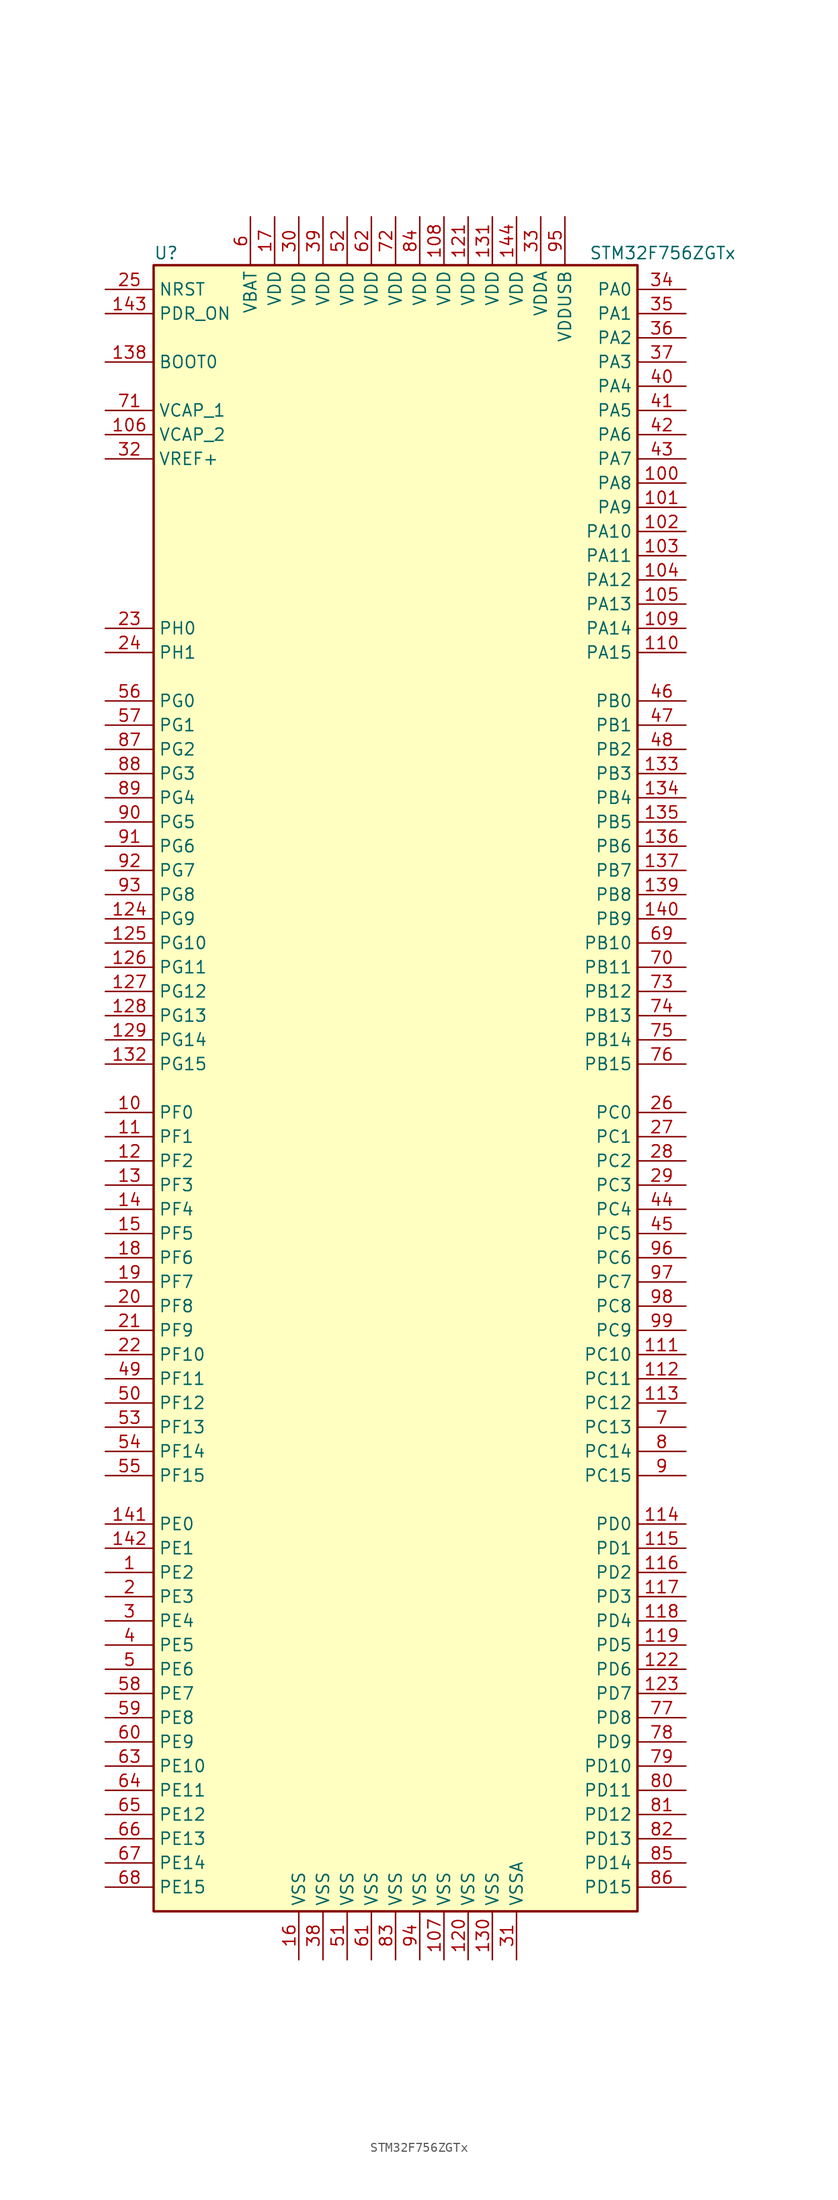
<source format=kicad_sym>
(kicad_symbol_lib
  (version 20201005)
  (generator kicad_symbol_editor)
  (symbol "STM32F756ZGTx"
    (property "Reference" "U"
      (at -25.4 87.63 0)
      (effects (font (size 1.27 1.27)) (justify left)))
    (property "Value" "STM32F756ZGTx"
      (at 20.32 87.63 0)
      (effects (font (size 1.27 1.27)) (justify left)))
    (symbol "STM32F756ZGTx_0_1"
      (rectangle (start -25.4 -86.36) (end 25.4 86.36) (stroke (width 0.254)) (fill (type background))))
    (symbol "STM32F756ZGTx_1_1"
      (pin bidirectional line (at -30.48 -50.8 0) (length 5.08) (name "PE2" (effects (font (size 1.27 1.27)))) (number "1" (effects (font (size 1.27 1.27)))))
      (pin bidirectional line (at -30.48 -2.54 0) (length 5.08) (name "PF0" (effects (font (size 1.27 1.27)))) (number "10" (effects (font (size 1.27 1.27)))))
      (pin bidirectional line (at 30.48 63.5 180) (length 5.08) (name "PA8" (effects (font (size 1.27 1.27)))) (number "100" (effects (font (size 1.27 1.27)))))
      (pin bidirectional line (at 30.48 60.96 180) (length 5.08) (name "PA9" (effects (font (size 1.27 1.27)))) (number "101" (effects (font (size 1.27 1.27)))))
      (pin bidirectional line (at 30.48 58.42 180) (length 5.08) (name "PA10" (effects (font (size 1.27 1.27)))) (number "102" (effects (font (size 1.27 1.27)))))
      (pin bidirectional line (at 30.48 55.88 180) (length 5.08) (name "PA11" (effects (font (size 1.27 1.27)))) (number "103" (effects (font (size 1.27 1.27)))))
      (pin bidirectional line (at 30.48 53.34 180) (length 5.08) (name "PA12" (effects (font (size 1.27 1.27)))) (number "104" (effects (font (size 1.27 1.27)))))
      (pin bidirectional line (at 30.48 50.8 180) (length 5.08) (name "PA13" (effects (font (size 1.27 1.27)))) (number "105" (effects (font (size 1.27 1.27)))))
      (pin power_in line (at -30.48 68.58 0) (length 5.08) (name "VCAP_2" (effects (font (size 1.27 1.27)))) (number "106" (effects (font (size 1.27 1.27)))))
      (pin power_in line (at 5.08 -91.44 90) (length 5.08) (name "VSS" (effects (font (size 1.27 1.27)))) (number "107" (effects (font (size 1.27 1.27)))))
      (pin power_in line (at 5.08 91.44 270) (length 5.08) (name "VDD" (effects (font (size 1.27 1.27)))) (number "108" (effects (font (size 1.27 1.27)))))
      (pin bidirectional line (at 30.48 48.26 180) (length 5.08) (name "PA14" (effects (font (size 1.27 1.27)))) (number "109" (effects (font (size 1.27 1.27)))))
      (pin bidirectional line (at -30.48 -5.08 0) (length 5.08) (name "PF1" (effects (font (size 1.27 1.27)))) (number "11" (effects (font (size 1.27 1.27)))))
      (pin bidirectional line (at 30.48 45.72 180) (length 5.08) (name "PA15" (effects (font (size 1.27 1.27)))) (number "110" (effects (font (size 1.27 1.27)))))
      (pin bidirectional line (at 30.48 -27.94 180) (length 5.08) (name "PC10" (effects (font (size 1.27 1.27)))) (number "111" (effects (font (size 1.27 1.27)))))
      (pin bidirectional line (at 30.48 -30.48 180) (length 5.08) (name "PC11" (effects (font (size 1.27 1.27)))) (number "112" (effects (font (size 1.27 1.27)))))
      (pin bidirectional line (at 30.48 -33.02 180) (length 5.08) (name "PC12" (effects (font (size 1.27 1.27)))) (number "113" (effects (font (size 1.27 1.27)))))
      (pin bidirectional line (at 30.48 -45.72 180) (length 5.08) (name "PD0" (effects (font (size 1.27 1.27)))) (number "114" (effects (font (size 1.27 1.27)))))
      (pin bidirectional line (at 30.48 -48.26 180) (length 5.08) (name "PD1" (effects (font (size 1.27 1.27)))) (number "115" (effects (font (size 1.27 1.27)))))
      (pin bidirectional line (at 30.48 -50.8 180) (length 5.08) (name "PD2" (effects (font (size 1.27 1.27)))) (number "116" (effects (font (size 1.27 1.27)))))
      (pin bidirectional line (at 30.48 -53.34 180) (length 5.08) (name "PD3" (effects (font (size 1.27 1.27)))) (number "117" (effects (font (size 1.27 1.27)))))
      (pin bidirectional line (at 30.48 -55.88 180) (length 5.08) (name "PD4" (effects (font (size 1.27 1.27)))) (number "118" (effects (font (size 1.27 1.27)))))
      (pin bidirectional line (at 30.48 -58.42 180) (length 5.08) (name "PD5" (effects (font (size 1.27 1.27)))) (number "119" (effects (font (size 1.27 1.27)))))
      (pin bidirectional line (at -30.48 -7.62 0) (length 5.08) (name "PF2" (effects (font (size 1.27 1.27)))) (number "12" (effects (font (size 1.27 1.27)))))
      (pin power_in line (at 7.62 -91.44 90) (length 5.08) (name "VSS" (effects (font (size 1.27 1.27)))) (number "120" (effects (font (size 1.27 1.27)))))
      (pin power_in line (at 7.62 91.44 270) (length 5.08) (name "VDD" (effects (font (size 1.27 1.27)))) (number "121" (effects (font (size 1.27 1.27)))))
      (pin bidirectional line (at 30.48 -60.96 180) (length 5.08) (name "PD6" (effects (font (size 1.27 1.27)))) (number "122" (effects (font (size 1.27 1.27)))))
      (pin bidirectional line (at 30.48 -63.5 180) (length 5.08) (name "PD7" (effects (font (size 1.27 1.27)))) (number "123" (effects (font (size 1.27 1.27)))))
      (pin bidirectional line (at -30.48 17.78 0) (length 5.08) (name "PG9" (effects (font (size 1.27 1.27)))) (number "124" (effects (font (size 1.27 1.27)))))
      (pin bidirectional line (at -30.48 15.24 0) (length 5.08) (name "PG10" (effects (font (size 1.27 1.27)))) (number "125" (effects (font (size 1.27 1.27)))))
      (pin bidirectional line (at -30.48 12.7 0) (length 5.08) (name "PG11" (effects (font (size 1.27 1.27)))) (number "126" (effects (font (size 1.27 1.27)))))
      (pin bidirectional line (at -30.48 10.16 0) (length 5.08) (name "PG12" (effects (font (size 1.27 1.27)))) (number "127" (effects (font (size 1.27 1.27)))))
      (pin bidirectional line (at -30.48 7.62 0) (length 5.08) (name "PG13" (effects (font (size 1.27 1.27)))) (number "128" (effects (font (size 1.27 1.27)))))
      (pin bidirectional line (at -30.48 5.08 0) (length 5.08) (name "PG14" (effects (font (size 1.27 1.27)))) (number "129" (effects (font (size 1.27 1.27)))))
      (pin bidirectional line (at -30.48 -10.16 0) (length 5.08) (name "PF3" (effects (font (size 1.27 1.27)))) (number "13" (effects (font (size 1.27 1.27)))))
      (pin power_in line (at 10.16 -91.44 90) (length 5.08) (name "VSS" (effects (font (size 1.27 1.27)))) (number "130" (effects (font (size 1.27 1.27)))))
      (pin power_in line (at 10.16 91.44 270) (length 5.08) (name "VDD" (effects (font (size 1.27 1.27)))) (number "131" (effects (font (size 1.27 1.27)))))
      (pin bidirectional line (at -30.48 2.54 0) (length 5.08) (name "PG15" (effects (font (size 1.27 1.27)))) (number "132" (effects (font (size 1.27 1.27)))))
      (pin bidirectional line (at 30.48 33.02 180) (length 5.08) (name "PB3" (effects (font (size 1.27 1.27)))) (number "133" (effects (font (size 1.27 1.27)))))
      (pin bidirectional line (at 30.48 30.48 180) (length 5.08) (name "PB4" (effects (font (size 1.27 1.27)))) (number "134" (effects (font (size 1.27 1.27)))))
      (pin bidirectional line (at 30.48 27.94 180) (length 5.08) (name "PB5" (effects (font (size 1.27 1.27)))) (number "135" (effects (font (size 1.27 1.27)))))
      (pin bidirectional line (at 30.48 25.4 180) (length 5.08) (name "PB6" (effects (font (size 1.27 1.27)))) (number "136" (effects (font (size 1.27 1.27)))))
      (pin bidirectional line (at 30.48 22.86 180) (length 5.08) (name "PB7" (effects (font (size 1.27 1.27)))) (number "137" (effects (font (size 1.27 1.27)))))
      (pin input line (at -30.48 76.2 0) (length 5.08) (name "BOOT0" (effects (font (size 1.27 1.27)))) (number "138" (effects (font (size 1.27 1.27)))))
      (pin bidirectional line (at 30.48 20.32 180) (length 5.08) (name "PB8" (effects (font (size 1.27 1.27)))) (number "139" (effects (font (size 1.27 1.27)))))
      (pin bidirectional line (at -30.48 -12.7 0) (length 5.08) (name "PF4" (effects (font (size 1.27 1.27)))) (number "14" (effects (font (size 1.27 1.27)))))
      (pin bidirectional line (at 30.48 17.78 180) (length 5.08) (name "PB9" (effects (font (size 1.27 1.27)))) (number "140" (effects (font (size 1.27 1.27)))))
      (pin bidirectional line (at -30.48 -45.72 0) (length 5.08) (name "PE0" (effects (font (size 1.27 1.27)))) (number "141" (effects (font (size 1.27 1.27)))))
      (pin bidirectional line (at -30.48 -48.26 0) (length 5.08) (name "PE1" (effects (font (size 1.27 1.27)))) (number "142" (effects (font (size 1.27 1.27)))))
      (pin input line (at -30.48 81.28 0) (length 5.08) (name "PDR_ON" (effects (font (size 1.27 1.27)))) (number "143" (effects (font (size 1.27 1.27)))))
      (pin power_in line (at 12.7 91.44 270) (length 5.08) (name "VDD" (effects (font (size 1.27 1.27)))) (number "144" (effects (font (size 1.27 1.27)))))
      (pin bidirectional line (at -30.48 -15.24 0) (length 5.08) (name "PF5" (effects (font (size 1.27 1.27)))) (number "15" (effects (font (size 1.27 1.27)))))
      (pin power_in line (at -10.16 -91.44 90) (length 5.08) (name "VSS" (effects (font (size 1.27 1.27)))) (number "16" (effects (font (size 1.27 1.27)))))
      (pin power_in line (at -12.7 91.44 270) (length 5.08) (name "VDD" (effects (font (size 1.27 1.27)))) (number "17" (effects (font (size 1.27 1.27)))))
      (pin bidirectional line (at -30.48 -17.78 0) (length 5.08) (name "PF6" (effects (font (size 1.27 1.27)))) (number "18" (effects (font (size 1.27 1.27)))))
      (pin bidirectional line (at -30.48 -20.32 0) (length 5.08) (name "PF7" (effects (font (size 1.27 1.27)))) (number "19" (effects (font (size 1.27 1.27)))))
      (pin bidirectional line (at -30.48 -53.34 0) (length 5.08) (name "PE3" (effects (font (size 1.27 1.27)))) (number "2" (effects (font (size 1.27 1.27)))))
      (pin bidirectional line (at -30.48 -22.86 0) (length 5.08) (name "PF8" (effects (font (size 1.27 1.27)))) (number "20" (effects (font (size 1.27 1.27)))))
      (pin bidirectional line (at -30.48 -25.4 0) (length 5.08) (name "PF9" (effects (font (size 1.27 1.27)))) (number "21" (effects (font (size 1.27 1.27)))))
      (pin bidirectional line (at -30.48 -27.94 0) (length 5.08) (name "PF10" (effects (font (size 1.27 1.27)))) (number "22" (effects (font (size 1.27 1.27)))))
      (pin input line (at -30.48 48.26 0) (length 5.08) (name "PH0" (effects (font (size 1.27 1.27)))) (number "23" (effects (font (size 1.27 1.27)))))
      (pin input line (at -30.48 45.72 0) (length 5.08) (name "PH1" (effects (font (size 1.27 1.27)))) (number "24" (effects (font (size 1.27 1.27)))))
      (pin input line (at -30.48 83.82 0) (length 5.08) (name "NRST" (effects (font (size 1.27 1.27)))) (number "25" (effects (font (size 1.27 1.27)))))
      (pin bidirectional line (at 30.48 -2.54 180) (length 5.08) (name "PC0" (effects (font (size 1.27 1.27)))) (number "26" (effects (font (size 1.27 1.27)))))
      (pin bidirectional line (at 30.48 -5.08 180) (length 5.08) (name "PC1" (effects (font (size 1.27 1.27)))) (number "27" (effects (font (size 1.27 1.27)))))
      (pin bidirectional line (at 30.48 -7.62 180) (length 5.08) (name "PC2" (effects (font (size 1.27 1.27)))) (number "28" (effects (font (size 1.27 1.27)))))
      (pin bidirectional line (at 30.48 -10.16 180) (length 5.08) (name "PC3" (effects (font (size 1.27 1.27)))) (number "29" (effects (font (size 1.27 1.27)))))
      (pin bidirectional line (at -30.48 -55.88 0) (length 5.08) (name "PE4" (effects (font (size 1.27 1.27)))) (number "3" (effects (font (size 1.27 1.27)))))
      (pin power_in line (at -10.16 91.44 270) (length 5.08) (name "VDD" (effects (font (size 1.27 1.27)))) (number "30" (effects (font (size 1.27 1.27)))))
      (pin power_in line (at 12.7 -91.44 90) (length 5.08) (name "VSSA" (effects (font (size 1.27 1.27)))) (number "31" (effects (font (size 1.27 1.27)))))
      (pin power_in line (at -30.48 66.04 0) (length 5.08) (name "VREF+" (effects (font (size 1.27 1.27)))) (number "32" (effects (font (size 1.27 1.27)))))
      (pin power_in line (at 15.24 91.44 270) (length 5.08) (name "VDDA" (effects (font (size 1.27 1.27)))) (number "33" (effects (font (size 1.27 1.27)))))
      (pin bidirectional line (at 30.48 83.82 180) (length 5.08) (name "PA0" (effects (font (size 1.27 1.27)))) (number "34" (effects (font (size 1.27 1.27)))))
      (pin bidirectional line (at 30.48 81.28 180) (length 5.08) (name "PA1" (effects (font (size 1.27 1.27)))) (number "35" (effects (font (size 1.27 1.27)))))
      (pin bidirectional line (at 30.48 78.74 180) (length 5.08) (name "PA2" (effects (font (size 1.27 1.27)))) (number "36" (effects (font (size 1.27 1.27)))))
      (pin bidirectional line (at 30.48 76.2 180) (length 5.08) (name "PA3" (effects (font (size 1.27 1.27)))) (number "37" (effects (font (size 1.27 1.27)))))
      (pin power_in line (at -7.62 -91.44 90) (length 5.08) (name "VSS" (effects (font (size 1.27 1.27)))) (number "38" (effects (font (size 1.27 1.27)))))
      (pin power_in line (at -7.62 91.44 270) (length 5.08) (name "VDD" (effects (font (size 1.27 1.27)))) (number "39" (effects (font (size 1.27 1.27)))))
      (pin bidirectional line (at -30.48 -58.42 0) (length 5.08) (name "PE5" (effects (font (size 1.27 1.27)))) (number "4" (effects (font (size 1.27 1.27)))))
      (pin bidirectional line (at 30.48 73.66 180) (length 5.08) (name "PA4" (effects (font (size 1.27 1.27)))) (number "40" (effects (font (size 1.27 1.27)))))
      (pin bidirectional line (at 30.48 71.12 180) (length 5.08) (name "PA5" (effects (font (size 1.27 1.27)))) (number "41" (effects (font (size 1.27 1.27)))))
      (pin bidirectional line (at 30.48 68.58 180) (length 5.08) (name "PA6" (effects (font (size 1.27 1.27)))) (number "42" (effects (font (size 1.27 1.27)))))
      (pin bidirectional line (at 30.48 66.04 180) (length 5.08) (name "PA7" (effects (font (size 1.27 1.27)))) (number "43" (effects (font (size 1.27 1.27)))))
      (pin bidirectional line (at 30.48 -12.7 180) (length 5.08) (name "PC4" (effects (font (size 1.27 1.27)))) (number "44" (effects (font (size 1.27 1.27)))))
      (pin bidirectional line (at 30.48 -15.24 180) (length 5.08) (name "PC5" (effects (font (size 1.27 1.27)))) (number "45" (effects (font (size 1.27 1.27)))))
      (pin bidirectional line (at 30.48 40.64 180) (length 5.08) (name "PB0" (effects (font (size 1.27 1.27)))) (number "46" (effects (font (size 1.27 1.27)))))
      (pin bidirectional line (at 30.48 38.1 180) (length 5.08) (name "PB1" (effects (font (size 1.27 1.27)))) (number "47" (effects (font (size 1.27 1.27)))))
      (pin bidirectional line (at 30.48 35.56 180) (length 5.08) (name "PB2" (effects (font (size 1.27 1.27)))) (number "48" (effects (font (size 1.27 1.27)))))
      (pin bidirectional line (at -30.48 -30.48 0) (length 5.08) (name "PF11" (effects (font (size 1.27 1.27)))) (number "49" (effects (font (size 1.27 1.27)))))
      (pin bidirectional line (at -30.48 -60.96 0) (length 5.08) (name "PE6" (effects (font (size 1.27 1.27)))) (number "5" (effects (font (size 1.27 1.27)))))
      (pin bidirectional line (at -30.48 -33.02 0) (length 5.08) (name "PF12" (effects (font (size 1.27 1.27)))) (number "50" (effects (font (size 1.27 1.27)))))
      (pin power_in line (at -5.08 -91.44 90) (length 5.08) (name "VSS" (effects (font (size 1.27 1.27)))) (number "51" (effects (font (size 1.27 1.27)))))
      (pin power_in line (at -5.08 91.44 270) (length 5.08) (name "VDD" (effects (font (size 1.27 1.27)))) (number "52" (effects (font (size 1.27 1.27)))))
      (pin bidirectional line (at -30.48 -35.56 0) (length 5.08) (name "PF13" (effects (font (size 1.27 1.27)))) (number "53" (effects (font (size 1.27 1.27)))))
      (pin bidirectional line (at -30.48 -38.1 0) (length 5.08) (name "PF14" (effects (font (size 1.27 1.27)))) (number "54" (effects (font (size 1.27 1.27)))))
      (pin bidirectional line (at -30.48 -40.64 0) (length 5.08) (name "PF15" (effects (font (size 1.27 1.27)))) (number "55" (effects (font (size 1.27 1.27)))))
      (pin bidirectional line (at -30.48 40.64 0) (length 5.08) (name "PG0" (effects (font (size 1.27 1.27)))) (number "56" (effects (font (size 1.27 1.27)))))
      (pin bidirectional line (at -30.48 38.1 0) (length 5.08) (name "PG1" (effects (font (size 1.27 1.27)))) (number "57" (effects (font (size 1.27 1.27)))))
      (pin bidirectional line (at -30.48 -63.5 0) (length 5.08) (name "PE7" (effects (font (size 1.27 1.27)))) (number "58" (effects (font (size 1.27 1.27)))))
      (pin bidirectional line (at -30.48 -66.04 0) (length 5.08) (name "PE8" (effects (font (size 1.27 1.27)))) (number "59" (effects (font (size 1.27 1.27)))))
      (pin power_in line (at -15.24 91.44 270) (length 5.08) (name "VBAT" (effects (font (size 1.27 1.27)))) (number "6" (effects (font (size 1.27 1.27)))))
      (pin bidirectional line (at -30.48 -68.58 0) (length 5.08) (name "PE9" (effects (font (size 1.27 1.27)))) (number "60" (effects (font (size 1.27 1.27)))))
      (pin power_in line (at -2.54 -91.44 90) (length 5.08) (name "VSS" (effects (font (size 1.27 1.27)))) (number "61" (effects (font (size 1.27 1.27)))))
      (pin power_in line (at -2.54 91.44 270) (length 5.08) (name "VDD" (effects (font (size 1.27 1.27)))) (number "62" (effects (font (size 1.27 1.27)))))
      (pin bidirectional line (at -30.48 -71.12 0) (length 5.08) (name "PE10" (effects (font (size 1.27 1.27)))) (number "63" (effects (font (size 1.27 1.27)))))
      (pin bidirectional line (at -30.48 -73.66 0) (length 5.08) (name "PE11" (effects (font (size 1.27 1.27)))) (number "64" (effects (font (size 1.27 1.27)))))
      (pin bidirectional line (at -30.48 -76.2 0) (length 5.08) (name "PE12" (effects (font (size 1.27 1.27)))) (number "65" (effects (font (size 1.27 1.27)))))
      (pin bidirectional line (at -30.48 -78.74 0) (length 5.08) (name "PE13" (effects (font (size 1.27 1.27)))) (number "66" (effects (font (size 1.27 1.27)))))
      (pin bidirectional line (at -30.48 -81.28 0) (length 5.08) (name "PE14" (effects (font (size 1.27 1.27)))) (number "67" (effects (font (size 1.27 1.27)))))
      (pin bidirectional line (at -30.48 -83.82 0) (length 5.08) (name "PE15" (effects (font (size 1.27 1.27)))) (number "68" (effects (font (size 1.27 1.27)))))
      (pin bidirectional line (at 30.48 15.24 180) (length 5.08) (name "PB10" (effects (font (size 1.27 1.27)))) (number "69" (effects (font (size 1.27 1.27)))))
      (pin bidirectional line (at 30.48 -35.56 180) (length 5.08) (name "PC13" (effects (font (size 1.27 1.27)))) (number "7" (effects (font (size 1.27 1.27)))))
      (pin bidirectional line (at 30.48 12.7 180) (length 5.08) (name "PB11" (effects (font (size 1.27 1.27)))) (number "70" (effects (font (size 1.27 1.27)))))
      (pin power_in line (at -30.48 71.12 0) (length 5.08) (name "VCAP_1" (effects (font (size 1.27 1.27)))) (number "71" (effects (font (size 1.27 1.27)))))
      (pin power_in line (at 0 91.44 270) (length 5.08) (name "VDD" (effects (font (size 1.27 1.27)))) (number "72" (effects (font (size 1.27 1.27)))))
      (pin bidirectional line (at 30.48 10.16 180) (length 5.08) (name "PB12" (effects (font (size 1.27 1.27)))) (number "73" (effects (font (size 1.27 1.27)))))
      (pin bidirectional line (at 30.48 7.62 180) (length 5.08) (name "PB13" (effects (font (size 1.27 1.27)))) (number "74" (effects (font (size 1.27 1.27)))))
      (pin bidirectional line (at 30.48 5.08 180) (length 5.08) (name "PB14" (effects (font (size 1.27 1.27)))) (number "75" (effects (font (size 1.27 1.27)))))
      (pin bidirectional line (at 30.48 2.54 180) (length 5.08) (name "PB15" (effects (font (size 1.27 1.27)))) (number "76" (effects (font (size 1.27 1.27)))))
      (pin bidirectional line (at 30.48 -66.04 180) (length 5.08) (name "PD8" (effects (font (size 1.27 1.27)))) (number "77" (effects (font (size 1.27 1.27)))))
      (pin bidirectional line (at 30.48 -68.58 180) (length 5.08) (name "PD9" (effects (font (size 1.27 1.27)))) (number "78" (effects (font (size 1.27 1.27)))))
      (pin bidirectional line (at 30.48 -71.12 180) (length 5.08) (name "PD10" (effects (font (size 1.27 1.27)))) (number "79" (effects (font (size 1.27 1.27)))))
      (pin bidirectional line (at 30.48 -38.1 180) (length 5.08) (name "PC14" (effects (font (size 1.27 1.27)))) (number "8" (effects (font (size 1.27 1.27)))))
      (pin bidirectional line (at 30.48 -73.66 180) (length 5.08) (name "PD11" (effects (font (size 1.27 1.27)))) (number "80" (effects (font (size 1.27 1.27)))))
      (pin bidirectional line (at 30.48 -76.2 180) (length 5.08) (name "PD12" (effects (font (size 1.27 1.27)))) (number "81" (effects (font (size 1.27 1.27)))))
      (pin bidirectional line (at 30.48 -78.74 180) (length 5.08) (name "PD13" (effects (font (size 1.27 1.27)))) (number "82" (effects (font (size 1.27 1.27)))))
      (pin power_in line (at 0 -91.44 90) (length 5.08) (name "VSS" (effects (font (size 1.27 1.27)))) (number "83" (effects (font (size 1.27 1.27)))))
      (pin power_in line (at 2.54 91.44 270) (length 5.08) (name "VDD" (effects (font (size 1.27 1.27)))) (number "84" (effects (font (size 1.27 1.27)))))
      (pin bidirectional line (at 30.48 -81.28 180) (length 5.08) (name "PD14" (effects (font (size 1.27 1.27)))) (number "85" (effects (font (size 1.27 1.27)))))
      (pin bidirectional line (at 30.48 -83.82 180) (length 5.08) (name "PD15" (effects (font (size 1.27 1.27)))) (number "86" (effects (font (size 1.27 1.27)))))
      (pin bidirectional line (at -30.48 35.56 0) (length 5.08) (name "PG2" (effects (font (size 1.27 1.27)))) (number "87" (effects (font (size 1.27 1.27)))))
      (pin bidirectional line (at -30.48 33.02 0) (length 5.08) (name "PG3" (effects (font (size 1.27 1.27)))) (number "88" (effects (font (size 1.27 1.27)))))
      (pin bidirectional line (at -30.48 30.48 0) (length 5.08) (name "PG4" (effects (font (size 1.27 1.27)))) (number "89" (effects (font (size 1.27 1.27)))))
      (pin bidirectional line (at 30.48 -40.64 180) (length 5.08) (name "PC15" (effects (font (size 1.27 1.27)))) (number "9" (effects (font (size 1.27 1.27)))))
      (pin bidirectional line (at -30.48 27.94 0) (length 5.08) (name "PG5" (effects (font (size 1.27 1.27)))) (number "90" (effects (font (size 1.27 1.27)))))
      (pin bidirectional line (at -30.48 25.4 0) (length 5.08) (name "PG6" (effects (font (size 1.27 1.27)))) (number "91" (effects (font (size 1.27 1.27)))))
      (pin bidirectional line (at -30.48 22.86 0) (length 5.08) (name "PG7" (effects (font (size 1.27 1.27)))) (number "92" (effects (font (size 1.27 1.27)))))
      (pin bidirectional line (at -30.48 20.32 0) (length 5.08) (name "PG8" (effects (font (size 1.27 1.27)))) (number "93" (effects (font (size 1.27 1.27)))))
      (pin power_in line (at 2.54 -91.44 90) (length 5.08) (name "VSS" (effects (font (size 1.27 1.27)))) (number "94" (effects (font (size 1.27 1.27)))))
      (pin power_in line (at 17.78 91.44 270) (length 5.08) (name "VDDUSB" (effects (font (size 1.27 1.27)))) (number "95" (effects (font (size 1.27 1.27)))))
      (pin bidirectional line (at 30.48 -17.78 180) (length 5.08) (name "PC6" (effects (font (size 1.27 1.27)))) (number "96" (effects (font (size 1.27 1.27)))))
      (pin bidirectional line (at 30.48 -20.32 180) (length 5.08) (name "PC7" (effects (font (size 1.27 1.27)))) (number "97" (effects (font (size 1.27 1.27)))))
      (pin bidirectional line (at 30.48 -22.86 180) (length 5.08) (name "PC8" (effects (font (size 1.27 1.27)))) (number "98" (effects (font (size 1.27 1.27)))))
      (pin bidirectional line (at 30.48 -25.4 180) (length 5.08) (name "PC9" (effects (font (size 1.27 1.27)))) (number "99" (effects (font (size 1.27 1.27))))))))
</source>
